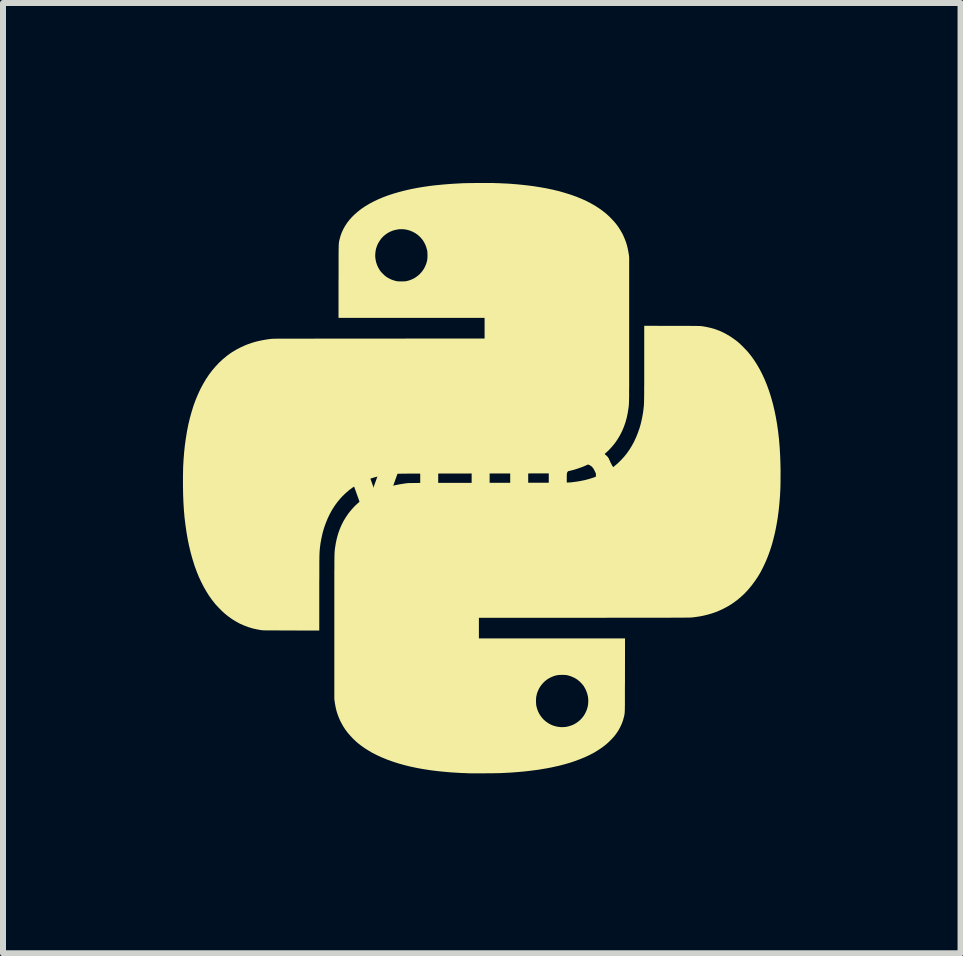
<source format=kicad_pcb>
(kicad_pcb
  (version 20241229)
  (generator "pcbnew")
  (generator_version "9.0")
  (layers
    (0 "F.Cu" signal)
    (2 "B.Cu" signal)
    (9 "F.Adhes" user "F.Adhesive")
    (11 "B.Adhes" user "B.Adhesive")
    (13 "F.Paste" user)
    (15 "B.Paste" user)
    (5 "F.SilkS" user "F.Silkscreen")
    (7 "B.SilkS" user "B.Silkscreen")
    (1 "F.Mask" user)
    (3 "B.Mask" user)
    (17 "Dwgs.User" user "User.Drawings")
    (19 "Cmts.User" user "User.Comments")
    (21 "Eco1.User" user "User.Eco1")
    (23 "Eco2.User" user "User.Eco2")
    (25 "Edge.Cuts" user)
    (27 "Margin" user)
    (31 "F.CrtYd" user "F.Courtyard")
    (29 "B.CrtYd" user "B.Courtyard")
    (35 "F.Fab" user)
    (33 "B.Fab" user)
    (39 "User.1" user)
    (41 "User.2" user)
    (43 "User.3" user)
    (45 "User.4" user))
  (footprint "python"
    (layer "F.Cu")
    (at 4.962 4.842)
    (property "Reference" "python" (at 0 0 0) (layer "F.SilkS") (effects (font (size 1.5 1.5) (thickness 0.3))))
    (attr board_only exclude_from_pos_files exclude_from_bom)
    (fp_poly (pts (xy -3.154 2.618) (xy -3.212 2.618) (xy -3.265 2.618) (xy -3.314 2.618) (xy -3.358 2.617) (xy -3.398 2.617) (xy -3.434 2.617) (xy -3.466 2.617) (xy -3.495 2.617) (xy -3.52 2.617) (xy -3.542 2.617) (xy -3.561 2.616) (xy -3.578 2.616) (xy -3.593 2.616) (xy -3.605 2.615) (xy -3.615 2.615) (xy -3.624 2.615) (xy -3.632 2.614) (xy -3.638 2.614) (xy -3.643 2.613) (xy -3.648 2.613) (xy -3.651 2.613) (xy -3.727 2.6) (xy -3.802 2.583) (xy -3.874 2.561) (xy -3.943 2.535) (xy -4.012 2.505) (xy -4.078 2.469) (xy -4.143 2.429) (xy -4.207 2.383) (xy -4.259 2.342) (xy -4.271 2.331) (xy -4.287 2.317) (xy -4.304 2.301) (xy -4.323 2.283) (xy -4.342 2.263) (xy -4.361 2.244) (xy -4.38 2.224) (xy -4.397 2.206) (xy -4.412 2.19) (xy -4.424 2.176) (xy -4.425 2.175) (xy -4.478 2.108) (xy -4.528 2.038) (xy -4.574 1.964) (xy -4.618 1.888) (xy -4.659 1.807) (xy -4.698 1.723) (xy -4.734 1.634) (xy -4.768 1.541) (xy -4.774 1.521) (xy -4.806 1.419) (xy -4.835 1.313) (xy -4.861 1.204) (xy -4.884 1.092) (xy -4.904 0.975) (xy -4.921 0.855) (xy -4.936 0.732) (xy -4.947 0.604) (xy -4.955 0.472) (xy -4.96 0.336) (xy -4.962 0.196) (xy -4.962 0.082) (xy -4.962 0.042) (xy -4.961 0.007) (xy -4.961 -0.024) (xy -4.96 -0.053) (xy -4.96 -0.079) (xy -4.959 -0.104) (xy -4.958 -0.128) (xy -4.957 -0.152) (xy -4.955 -0.177) (xy -4.954 -0.203) (xy -4.953 -0.219) (xy -4.943 -0.347) (xy -4.93 -0.471) (xy -4.913 -0.591) (xy -4.894 -0.707) (xy -4.872 -0.818) (xy -4.846 -0.926) (xy -4.817 -1.03) (xy -4.786 -1.13) (xy -4.751 -1.226) (xy -4.713 -1.317) (xy -4.672 -1.405) (xy -4.628 -1.488) (xy -4.581 -1.568) (xy -4.531 -1.643) (xy -4.478 -1.714) (xy -4.422 -1.78) (xy -4.363 -1.843) (xy -4.301 -1.901) (xy -4.236 -1.955) (xy -4.213 -1.973) (xy -4.163 -2.009) (xy -4.112 -2.041) (xy -4.058 -2.072) (xy -4.006 -2.099) (xy -3.943 -2.128) (xy -3.88 -2.154) (xy -3.816 -2.176) (xy -3.749 -2.196) (xy -3.681 -2.212) (xy -3.609 -2.226) (xy -3.534 -2.238) (xy -3.49 -2.243) (xy -3.487 -2.243) (xy -3.484 -2.243) (xy -3.481 -2.244) (xy -3.476 -2.244) (xy -3.471 -2.244) (xy -3.466 -2.244) (xy -3.459 -2.245) (xy -3.451 -2.245) (xy -3.442 -2.245) (xy -3.432 -2.245) (xy -3.421 -2.245) (xy -3.407 -2.246) (xy -3.393 -2.246) (xy -3.376 -2.246) (xy -3.358 -2.246) (xy -3.338 -2.246) (xy -3.315 -2.246) (xy -3.291 -2.246) (xy -3.264 -2.247) (xy -3.234 -2.247) (xy -3.202 -2.247) (xy -3.167 -2.247) (xy -3.13 -2.247) (xy -3.089 -2.247) (xy -3.046 -2.247) (xy -2.999 -2.247) (xy -2.949 -2.247) (xy -2.896 -2.247) (xy -2.839 -2.247) (xy -2.779 -2.247) (xy -2.714 -2.248) (xy -2.646 -2.248) (xy -2.574 -2.248) (xy -2.498 -2.248) (xy -2.417 -2.248) (xy -2.332 -2.248) (xy -2.243 -2.248) (xy -2.149 -2.248) (xy -2.051 -2.248) (xy -1.947 -2.248) (xy -1.839 -2.248) (xy -1.726 -2.248) (xy -1.691 -2.248) (xy 0.066 -2.249) (xy 0.066 -2.421) (xy 0.066 -2.593) (xy -1.152 -2.593) (xy -2.369 -2.593) (xy -2.369 -3.204) (xy -2.368 -3.271) (xy -2.368 -3.333) (xy -2.368 -3.391) (xy -2.368 -3.444) (xy -2.368 -3.492) (xy -2.368 -3.537) (xy -2.368 -3.577) (xy -2.368 -3.614) (xy -2.368 -3.647) (xy -2.368 -3.677) (xy -2.367 -3.704) (xy -2.367 -3.728) (xy -2.367 -3.749) (xy -2.366 -3.768) (xy -2.366 -3.785) (xy -2.366 -3.799) (xy -2.365 -3.812) (xy -2.364 -3.823) (xy -2.364 -3.833) (xy -2.363 -3.841) (xy -2.362 -3.849) (xy -2.361 -3.856) (xy -2.36 -3.862) (xy -2.359 -3.868) (xy -2.358 -3.874) (xy -2.357 -3.88) (xy -2.355 -3.886) (xy -2.354 -3.893) (xy -2.352 -3.899) (xy -2.337 -3.956) (xy -2.317 -4.012) (xy -2.292 -4.067) (xy -2.263 -4.12) (xy -2.229 -4.172) (xy -2.212 -4.195) (xy -2.181 -4.234) (xy -2.145 -4.274) (xy -2.106 -4.313) (xy -2.064 -4.35) (xy -2.02 -4.386) (xy -1.986 -4.412) (xy -1.924 -4.454) (xy -1.857 -4.494) (xy -1.786 -4.532) (xy -1.71 -4.568) (xy -1.63 -4.602) (xy -1.545 -4.634) (xy -1.457 -4.663) (xy -1.364 -4.69) (xy -1.268 -4.715) (xy -1.168 -4.738) (xy -1.152 -4.741) (xy -1.077 -4.756) (xy -1.003 -4.769) (xy -0.927 -4.781) (xy -0.849 -4.792) (xy -0.77 -4.802) (xy -0.687 -4.81) (xy -0.602 -4.818) (xy -0.514 -4.825) (xy -0.421 -4.831) (xy -0.324 -4.836) (xy -0.294 -4.838) (xy -0.283 -4.838) (xy -0.267 -4.838) (xy -0.247 -4.839) (xy -0.224 -4.839) (xy -0.197 -4.84) (xy -0.168 -4.84) (xy -0.137 -4.84) (xy -0.105 -4.841) (xy -0.072 -4.841) (xy -0.038 -4.841) (xy -0.004 -4.841) (xy 0.03 -4.841) (xy 0.062 -4.842) (xy 0.093 -4.842) (xy 0.122 -4.842) (xy 0.148 -4.842) (xy 0.17 -4.842) (xy 0.19 -4.842) (xy 0.205 -4.841) (xy 0.215 -4.841) (xy 0.216 -4.841) (xy 0.264 -4.839) (xy 0.308 -4.838) (xy 0.349 -4.836) (xy 0.386 -4.834) (xy 0.42 -4.833) (xy 0.453 -4.831) (xy 0.485 -4.829) (xy 0.516 -4.827) (xy 0.547 -4.824) (xy 0.579 -4.822) (xy 0.612 -4.819) (xy 0.624 -4.818) (xy 0.749 -4.805) (xy 0.87 -4.79) (xy 0.986 -4.772) (xy 1.099 -4.752) (xy 1.207 -4.729) (xy 1.311 -4.704) (xy 1.411 -4.675) (xy 1.507 -4.645) (xy 1.599 -4.612) (xy 1.686 -4.576) (xy 1.769 -4.538) (xy 1.847 -4.497) (xy 1.921 -4.454) (xy 1.958 -4.43) (xy 2 -4.402) (xy 2.037 -4.374) (xy 2.073 -4.346) (xy 2.107 -4.317) (xy 2.141 -4.286) (xy 2.165 -4.262) (xy 2.212 -4.213) (xy 2.255 -4.163) (xy 2.293 -4.112) (xy 2.327 -4.059) (xy 2.359 -4.004) (xy 2.375 -3.972) (xy 2.399 -3.917) (xy 2.42 -3.863) (xy 2.438 -3.807) (xy 2.452 -3.749) (xy 2.464 -3.688) (xy 2.47 -3.648) (xy 2.471 -3.645) (xy -0.886 -3.645) (xy -0.887 -3.669) (xy -0.888 -3.691) (xy -0.89 -3.711) (xy -0.892 -3.72) (xy -0.905 -3.767) (xy -0.921 -3.811) (xy -0.942 -3.852) (xy -0.966 -3.891) (xy -0.996 -3.927) (xy -1.015 -3.947) (xy -1.05 -3.978) (xy -1.088 -4.005) (xy -1.129 -4.027) (xy -1.171 -4.045) (xy -1.215 -4.059) (xy -1.261 -4.068) (xy -1.307 -4.072) (xy -1.353 -4.071) (xy -1.377 -4.068) (xy -1.424 -4.059) (xy -1.469 -4.046) (xy -1.512 -4.028) (xy -1.552 -4.006) (xy -1.589 -3.98) (xy -1.624 -3.95) (xy -1.655 -3.917) (xy -1.682 -3.88) (xy -1.706 -3.841) (xy -1.726 -3.799) (xy -1.741 -3.754) (xy -1.743 -3.749) (xy -1.752 -3.703) (xy -1.757 -3.656) (xy -1.757 -3.609) (xy -1.751 -3.563) (xy -1.741 -3.517) (xy -1.726 -3.473) (xy -1.706 -3.43) (xy -1.682 -3.389) (xy -1.674 -3.378) (xy -1.663 -3.363) (xy -1.648 -3.347) (xy -1.632 -3.33) (xy -1.614 -3.313) (xy -1.597 -3.297) (xy -1.581 -3.284) (xy -1.575 -3.279) (xy -1.539 -3.257) (xy -1.5 -3.237) (xy -1.458 -3.221) (xy -1.415 -3.208) (xy -1.407 -3.207) (xy -1.398 -3.205) (xy -1.389 -3.203) (xy -1.38 -3.202) (xy -1.369 -3.202) (xy -1.356 -3.201) (xy -1.339 -3.201) (xy -1.321 -3.201) (xy -1.296 -3.201) (xy -1.275 -3.202) (xy -1.257 -3.203) (xy -1.241 -3.205) (xy -1.225 -3.209) (xy -1.208 -3.213) (xy -1.189 -3.219) (xy -1.184 -3.22) (xy -1.141 -3.237) (xy -1.1 -3.258) (xy -1.062 -3.284) (xy -1.026 -3.313) (xy -0.994 -3.346) (xy -0.966 -3.381) (xy -0.941 -3.42) (xy -0.921 -3.461) (xy -0.904 -3.505) (xy -0.892 -3.55) (xy -0.891 -3.558) (xy -0.888 -3.575) (xy -0.887 -3.597) (xy -0.886 -3.62) (xy -0.886 -3.645) (xy 2.471 -3.645) (xy 2.476 -3.604) (xy 2.476 -2.401) (xy 2.476 -2.306) (xy 2.476 -2.216) (xy 2.476 -2.131) (xy 2.476 -2.051) (xy 2.476 -1.975) (xy 2.476 -1.904) (xy 2.476 -1.837) (xy 2.476 -1.774) (xy 2.476 -1.715) (xy 2.476 -1.66) (xy 2.476 -1.609) (xy 2.476 -1.561) (xy 2.476 -1.517) (xy 2.476 -1.476) (xy 2.476 -1.439) (xy 2.475 -1.404) (xy 2.475 -1.372) (xy 2.475 -1.343) (xy 2.475 -1.316) (xy 2.475 -1.292) (xy 2.475 -1.27) (xy 2.474 -1.25) (xy 2.474 -1.232) (xy 2.474 -1.215) (xy 2.473 -1.201) (xy 2.473 -1.188) (xy 2.472 -1.176) (xy 2.472 -1.165) (xy 2.472 -1.156) (xy 2.471 -1.147) (xy 2.47 -1.14) (xy 2.47 -1.132) (xy 2.469 -1.126) (xy 2.468 -1.119) (xy 2.468 -1.113) (xy 2.467 -1.107) (xy 2.466 -1.1) (xy 2.465 -1.094) (xy 2.464 -1.087) (xy 2.464 -1.085) (xy 2.451 -1.003) (xy 2.434 -0.924) (xy 2.413 -0.848) (xy 2.387 -0.775) (xy 2.357 -0.704) (xy 2.323 -0.637) (xy 2.284 -0.572) (xy 2.242 -0.51) (xy 2.195 -0.452) (xy 2.145 -0.397) (xy 2.127 -0.379) (xy 2.081 -0.337) (xy 2.034 -0.298) (xy 1.986 -0.261) (xy 1.934 -0.228) (xy 1.88 -0.196) (xy 1.821 -0.165) (xy 1.815 -0.161) (xy 1.747 -0.13) (xy 1.679 -0.102) (xy 1.609 -0.078) (xy 1.537 -0.056) (xy 1.463 -0.038) (xy 1.386 -0.023) (xy 1.305 -0.011) (xy 1.256 -0.005) (xy 1.253 -0.004) (xy 1.249 -0.004) (xy 1.245 -0.004) (xy 1.24 -0.003) (xy 1.233 -0.003) (xy 1.226 -0.003) (xy 1.218 -0.003) (xy 1.208 -0.002) (xy 1.196 -0.002) (xy 1.183 -0.002) (xy 1.169 -0.002) (xy 1.152 -0.002) (xy 1.133 -0.001) (xy 1.112 -0.001) (xy 1.089 -0.001) (xy 1.063 -0.001) (xy 1.035 -0.001) (xy 1.004 -0.001) (xy 0.97 -0.001) (xy 0.933 -0.000381) (xy 0.893 -0.000261) (xy 0.85 -0.000145) (xy 0.803 -0.000032) (xy 0.753 0.000078) (xy 0.699 0.000185) (xy 0.641 0.000291) (xy 0.579 0.000396) (xy 0.513 0.001) (xy 0.443 0.001) (xy 0.369 0.001) (xy 0.29 0.001) (xy 0.206 0.001) (xy 0.118 0.001) (xy 0.025 0.001) (xy -0.074 0.001) (xy -0.089 0.001) (xy -0.189 0.001) (xy -0.283 0.002) (xy -0.372 0.002) (xy -0.457 0.002) (xy -0.537 0.002) (xy -0.612 0.002) (xy -0.684 0.002) (xy -0.75 0.002) (xy -0.813 0.002) (xy -0.872 0.002) (xy -0.927 0.002) (xy -0.979 0.002) (xy -1.027 0.003) (xy -1.071 0.003) (xy -1.113 0.003) (xy -1.151 0.003) (xy -1.186 0.003) (xy -1.219 0.003) (xy -1.249 0.004) (xy -1.276 0.004) (xy -1.301 0.004) (xy -1.324 0.004) (xy -1.344 0.005) (xy -1.363 0.005) (xy -1.38 0.005) (xy -1.395 0.006) (xy -1.409 0.006) (xy -1.421 0.006) (xy -1.432 0.007) (xy -1.442 0.007) (xy -1.451 0.008) (xy -1.459 0.008) (xy -1.467 0.009) (xy -1.474 0.01) (xy -1.48 0.01) (xy -1.487 0.011) (xy -1.493 0.012) (xy -1.499 0.012) (xy -1.506 0.013) (xy -1.512 0.014) (xy -1.52 0.015) (xy -1.524 0.016) (xy -1.611 0.029) (xy -1.695 0.046) (xy -1.776 0.067) (xy -1.853 0.092) (xy -1.927 0.121) (xy -1.998 0.154) (xy -2.065 0.191) (xy -2.13 0.232) (xy -2.191 0.277) (xy -2.249 0.327) (xy -2.304 0.38) (xy -2.343 0.423) (xy -2.392 0.482) (xy -2.438 0.546) (xy -2.48 0.613) (xy -2.518 0.683) (xy -2.553 0.757) (xy -2.584 0.834) (xy -2.612 0.914) (xy -2.635 0.996) (xy -2.654 1.081) (xy -2.67 1.168) (xy -2.679 1.24) (xy -2.68 1.25) (xy -2.681 1.26) (xy -2.682 1.27) (xy -2.683 1.28) (xy -2.684 1.29) (xy -2.684 1.301) (xy -2.685 1.313) (xy -2.686 1.326) (xy -2.686 1.34) (xy -2.687 1.356) (xy -2.687 1.373) (xy -2.688 1.392) (xy -2.688 1.414) (xy -2.688 1.437) (xy -2.689 1.464) (xy -2.689 1.493) (xy -2.689 1.525) (xy -2.689 1.56) (xy -2.689 1.599) (xy -2.689 1.641) (xy -2.689 1.687) (xy -2.689 1.737) (xy -2.69 1.792) (xy -2.69 1.851) (xy -2.69 1.915) (xy -2.69 1.984) (xy -2.69 2.001) (xy -2.69 2.619)) (stroke (width 0) (type solid)) (fill yes) (layer "F.SilkS"))
    (fp_poly (pts (xy 3.191 -2.46) (xy 3.249 -2.46) (xy 3.303 -2.46) (xy 3.351 -2.46) (xy 3.395 -2.46) (xy 3.435 -2.46) (xy 3.471 -2.46) (xy 3.503 -2.459) (xy 3.532 -2.459) (xy 3.557 -2.459) (xy 3.579 -2.459) (xy 3.599 -2.459) (xy 3.615 -2.458) (xy 3.63 -2.458) (xy 3.642 -2.458) (xy 3.653 -2.458) (xy 3.661 -2.457) (xy 3.669 -2.457) (xy 3.675 -2.456) (xy 3.681 -2.456) (xy 3.685 -2.455) (xy 3.688 -2.455) (xy 3.764 -2.442) (xy 3.839 -2.425) (xy 3.911 -2.404) (xy 3.981 -2.378) (xy 4.049 -2.347) (xy 4.115 -2.311) (xy 4.18 -2.271) (xy 4.244 -2.226) (xy 4.296 -2.185) (xy 4.308 -2.174) (xy 4.324 -2.16) (xy 4.341 -2.143) (xy 4.36 -2.125) (xy 4.379 -2.106) (xy 4.398 -2.086) (xy 4.417 -2.067) (xy 4.434 -2.049) (xy 4.449 -2.032) (xy 4.461 -2.019) (xy 4.462 -2.017) (xy 4.515 -1.95) (xy 4.565 -1.88) (xy 4.611 -1.807) (xy 4.655 -1.73) (xy 4.696 -1.65) (xy 4.735 -1.565) (xy 4.771 -1.477) (xy 4.805 -1.384) (xy 4.812 -1.363) (xy 4.844 -1.261) (xy 4.873 -1.156) (xy 4.899 -1.047) (xy 4.922 -0.934) (xy 4.942 -0.818) (xy 4.959 -0.698) (xy 4.973 -0.574) (xy 4.984 -0.446) (xy 4.992 -0.315) (xy 4.997 -0.179) (xy 5 -0.039) (xy 4.999 0.076) (xy 4.999 0.115) (xy 4.999 0.15) (xy 4.998 0.182) (xy 4.998 0.21) (xy 4.997 0.237) (xy 4.996 0.261) (xy 4.995 0.285) (xy 4.994 0.31) (xy 4.992 0.334) (xy 4.991 0.361) (xy 4.99 0.376) (xy 4.98 0.504) (xy 4.967 0.628) (xy 4.951 0.748) (xy 4.931 0.864) (xy 4.909 0.976) (xy 4.883 1.084) (xy 4.855 1.188) (xy 4.823 1.288) (xy 4.788 1.383) (xy 4.75 1.475) (xy 4.709 1.563) (xy 4.666 1.646) (xy 4.619 1.725) (xy 4.568 1.8) (xy 4.515 1.871) (xy 4.459 1.938) (xy 4.4 2.001) (xy 4.338 2.059) (xy 4.273 2.113) (xy 4.25 2.13) (xy 4.2 2.166) (xy 4.149 2.199) (xy 4.096 2.229) (xy 4.043 2.257) (xy 3.98 2.286) (xy 3.917 2.312) (xy 3.853 2.334) (xy 3.787 2.353) (xy 3.718 2.37) (xy 3.647 2.384) (xy 3.571 2.395) (xy 3.528 2.4) (xy 3.525 2.401) (xy 3.521 2.401) (xy 3.518 2.401) (xy 3.513 2.401) (xy 3.508 2.402) (xy 3.503 2.402) (xy 3.496 2.402) (xy 3.488 2.402) (xy 3.479 2.403) (xy 3.469 2.403) (xy 3.458 2.403) (xy 3.445 2.403) (xy 3.43 2.403) (xy 3.413 2.403) (xy 3.395 2.404) (xy 3.375 2.404) (xy 3.352 2.404) (xy 3.328 2.404) (xy 3.301 2.404) (xy 3.271 2.404) (xy 3.239 2.404) (xy 3.205 2.404) (xy 3.167 2.405) (xy 3.127 2.405) (xy 3.083 2.405) (xy 3.037 2.405) (xy 2.987 2.405) (xy 2.933 2.405) (xy 2.876 2.405) (xy 2.816 2.405) (xy 2.752 2.405) (xy 2.683 2.405) (xy 2.611 2.405) (xy 2.535 2.405) (xy 2.454 2.405) (xy 2.37 2.405) (xy 2.28 2.405) (xy 2.186 2.405) (xy 2.088 2.406) (xy 1.985 2.406) (xy 1.876 2.406) (xy 1.763 2.406) (xy 1.729 2.406) (xy -0.029 2.406) (xy -0.029 2.578) (xy -0.029 2.75) (xy 1.189 2.75) (xy 2.407 2.75) (xy 2.406 3.362) (xy 2.406 3.429) (xy 2.406 3.491) (xy 2.405 3.549) (xy 2.405 3.601) (xy 2.405 3.65) (xy 2.405 3.694) (xy 2.405 3.735) (xy 2.405 3.772) (xy 2.405 3.805) (xy 2.405 3.835) (xy 2.405 3.861) (xy 2.404 3.885) (xy 2.404 3.907) (xy 2.404 3.926) (xy 2.403 3.942) (xy 2.403 3.957) (xy 2.402 3.969) (xy 2.402 3.981) (xy 2.401 3.99) (xy 2.4 3.999) (xy 2.399 4.007) (xy 2.398 4.013) (xy 2.397 4.02) (xy 2.396 4.026) (xy 2.395 4.032) (xy 2.394 4.037) (xy 2.392 4.044) (xy 2.391 4.05) (xy 2.389 4.057) (xy 2.374 4.113) (xy 2.354 4.169) (xy 2.329 4.224) (xy 2.3 4.278) (xy 2.266 4.33) (xy 2.249 4.353) (xy 2.218 4.392) (xy 2.182 4.431) (xy 2.143 4.47) (xy 2.101 4.508) (xy 2.057 4.544) (xy 2.024 4.569) (xy 1.961 4.611) (xy 1.895 4.652) (xy 1.823 4.69) (xy 1.747 4.726) (xy 1.667 4.759) (xy 1.583 4.791) (xy 1.494 4.821) (xy 1.401 4.848) (xy 1.305 4.873) (xy 1.205 4.895) (xy 1.189 4.899) (xy 1.115 4.913) (xy 1.04 4.926) (xy 0.964 4.939) (xy 0.886 4.949) (xy 0.807 4.959) (xy 0.725 4.968) (xy 0.639 4.976) (xy 0.551 4.983) (xy 0.458 4.989) (xy 0.361 4.994) (xy 0.331 4.995) (xy 0.32 4.996) (xy 0.304 4.996) (xy 0.284 4.996) (xy 0.261 4.997) (xy 0.235 4.997) (xy 0.206 4.998) (xy 0.175 4.998) (xy 0.142 4.998) (xy 0.109 4.998) (xy 0.075 4.999) (xy 0.041 4.999) (xy 0.007 4.999) (xy -0.025 4.999) (xy -0.056 4.999) (xy -0.084 4.999) (xy -0.11 4.999) (xy -0.133 4.999) (xy -0.153 4.999) (xy -0.168 4.999) (xy -0.178 4.999) (xy -0.178 4.999) (xy -0.227 4.997) (xy -0.271 4.995) (xy -0.312 4.994) (xy -0.349 4.992) (xy -0.383 4.99) (xy -0.416 4.988) (xy -0.448 4.986) (xy -0.479 4.984) (xy -0.51 4.982) (xy -0.542 4.979) (xy -0.575 4.976) (xy -0.587 4.975) (xy -0.712 4.963) (xy -0.832 4.948) (xy -0.949 4.93) (xy -1.061 4.91) (xy -1.17 4.887) (xy -1.274 4.861) (xy -1.374 4.833) (xy -1.47 4.802) (xy -1.561 4.769) (xy -1.649 4.733) (xy -1.731 4.695) (xy -1.81 4.655) (xy -1.883 4.611) (xy -1.921 4.588) (xy -1.962 4.559) (xy -2 4.532) (xy -2.036 4.504) (xy -2.07 4.475) (xy -2.103 4.444) (xy -2.128 4.42) (xy -2.175 4.37) (xy -2.218 4.32) (xy -2.256 4.269) (xy -2.29 4.217) (xy -2.321 4.161) (xy -2.338 4.129) (xy -2.362 4.075) (xy -2.383 4.02) (xy -2.401 3.964) (xy -2.415 3.907) (xy -2.427 3.845) (xy -2.433 3.805) (xy -2.433 3.802) (xy 0.923 3.802) (xy 0.924 3.826) (xy 0.925 3.849) (xy 0.928 3.868) (xy 0.929 3.877) (xy 0.942 3.925) (xy 0.958 3.969) (xy 0.979 4.01) (xy 1.004 4.048) (xy 1.033 4.084) (xy 1.052 4.105) (xy 1.087 4.135) (xy 1.125 4.162) (xy 1.166 4.185) (xy 1.208 4.203) (xy 1.253 4.216) (xy 1.298 4.225) (xy 1.344 4.229) (xy 1.391 4.228) (xy 1.415 4.226) (xy 1.461 4.217) (xy 1.506 4.203) (xy 1.549 4.186) (xy 1.589 4.163) (xy 1.626 4.137) (xy 1.661 4.108) (xy 1.692 4.074) (xy 1.72 4.038) (xy 1.743 3.999) (xy 1.763 3.956) (xy 1.778 3.912) (xy 1.78 3.906) (xy 1.79 3.86) (xy 1.794 3.813) (xy 1.794 3.767) (xy 1.789 3.721) (xy 1.778 3.675) (xy 1.763 3.631) (xy 1.743 3.587) (xy 1.719 3.546) (xy 1.711 3.535) (xy 1.7 3.521) (xy 1.686 3.505) (xy 1.669 3.487) (xy 1.652 3.47) (xy 1.634 3.455) (xy 1.618 3.442) (xy 1.612 3.437) (xy 1.576 3.414) (xy 1.537 3.395) (xy 1.495 3.378) (xy 1.452 3.366) (xy 1.445 3.364) (xy 1.435 3.362) (xy 1.426 3.361) (xy 1.417 3.36) (xy 1.406 3.359) (xy 1.393 3.359) (xy 1.376 3.358) (xy 1.358 3.358) (xy 1.333 3.359) (xy 1.312 3.359) (xy 1.294 3.361) (xy 1.278 3.363) (xy 1.262 3.366) (xy 1.245 3.371) (xy 1.226 3.376) (xy 1.221 3.378) (xy 1.178 3.395) (xy 1.137 3.416) (xy 1.099 3.441) (xy 1.064 3.47) (xy 1.032 3.503) (xy 1.003 3.539) (xy 0.978 3.578) (xy 0.958 3.619) (xy 0.941 3.662) (xy 0.93 3.708) (xy 0.928 3.715) (xy 0.926 3.733) (xy 0.924 3.754) (xy 0.923 3.778) (xy 0.923 3.802) (xy -2.433 3.802) (xy -2.439 3.762) (xy -2.439 2.559) (xy -2.439 2.464) (xy -2.439 2.374) (xy -2.439 2.289) (xy -2.439 2.208) (xy -2.439 2.132) (xy -2.439 2.061) (xy -2.439 1.994) (xy -2.439 1.931) (xy -2.439 1.873) (xy -2.439 1.818) (xy -2.439 1.767) (xy -2.439 1.719) (xy -2.439 1.675) (xy -2.439 1.634) (xy -2.438 1.596) (xy -2.438 1.561) (xy -2.438 1.53) (xy -2.438 1.5) (xy -2.438 1.474) (xy -2.438 1.449) (xy -2.437 1.427) (xy -2.437 1.407) (xy -2.437 1.389) (xy -2.436 1.373) (xy -2.436 1.358) (xy -2.436 1.345) (xy -2.435 1.334) (xy -2.435 1.323) (xy -2.434 1.314) (xy -2.434 1.305) (xy -2.433 1.297) (xy -2.433 1.29) (xy -2.432 1.283) (xy -2.431 1.277) (xy -2.431 1.271) (xy -2.43 1.264) (xy -2.429 1.258) (xy -2.428 1.251) (xy -2.427 1.244) (xy -2.427 1.242) (xy -2.414 1.161) (xy -2.397 1.082) (xy -2.376 1.006) (xy -2.35 0.932) (xy -2.32 0.862) (xy -2.286 0.794) (xy -2.247 0.73) (xy -2.205 0.668) (xy -2.158 0.61) (xy -2.108 0.554) (xy -2.09 0.536) (xy -2.044 0.494) (xy -1.997 0.455) (xy -1.948 0.419) (xy -1.897 0.385) (xy -1.843 0.353) (xy -1.784 0.322) (xy -1.777 0.319) (xy -1.71 0.288) (xy -1.642 0.26) (xy -1.572 0.235) (xy -1.5 0.214) (xy -1.426 0.196) (xy -1.349 0.181) (xy -1.268 0.168) (xy -1.219 0.162) (xy -1.216 0.162) (xy -1.212 0.161) (xy -1.208 0.161) (xy -1.202 0.161) (xy -1.196 0.161) (xy -1.189 0.16) (xy -1.181 0.16) (xy -1.171 0.16) (xy -1.159 0.16) (xy -1.146 0.16) (xy -1.131 0.159) (xy -1.115 0.159) (xy -1.096 0.159) (xy -1.075 0.159) (xy -1.052 0.159) (xy -1.026 0.158) (xy -0.998 0.158) (xy -0.967 0.158) (xy -0.933 0.158) (xy -0.896 0.158) (xy -0.856 0.158) (xy -0.813 0.158) (xy -0.766 0.158) (xy -0.716 0.157) (xy -0.662 0.157) (xy -0.604 0.157) (xy -0.542 0.157) (xy -0.476 0.157) (xy -0.406 0.157) (xy -0.332 0.157) (xy -0.253 0.157) (xy -0.169 0.157) (xy -0.081 0.157) (xy 0.012 0.156) (xy 0.111 0.156) (xy 0.126 0.156) (xy 0.226 0.156) (xy 0.32 0.156) (xy 0.409 0.156) (xy 0.494 0.156) (xy 0.574 0.156) (xy 0.65 0.156) (xy 0.721 0.156) (xy 0.788 0.155) (xy 0.85 0.155) (xy 0.909 0.155) (xy 0.964 0.155) (xy 1.016 0.155) (xy 1.064 0.155) (xy 1.108 0.155) (xy 1.15 0.155) (xy 1.188 0.155) (xy 1.223 0.154) (xy 1.256 0.154) (xy 1.286 0.154) (xy 1.313 0.154) (xy 1.338 0.154) (xy 1.361 0.153) (xy 1.382 0.153) (xy 1.4 0.153) (xy 1.417 0.152) (xy 1.432 0.152) (xy 1.446 0.152) (xy 1.458 0.151) (xy 1.469 0.151) (xy 1.479 0.15) (xy 1.488 0.15) (xy 1.497 0.149) (xy 1.504 0.149) (xy 1.511 0.148) (xy 1.518 0.147) (xy 1.524 0.147) (xy 1.53 0.146) (xy 1.536 0.145) (xy 1.543 0.144) (xy 1.55 0.143) (xy 1.557 0.142) (xy 1.561 0.142) (xy 1.649 0.129) (xy 1.732 0.112) (xy 1.813 0.091) (xy 1.89 0.066) (xy 1.964 0.037) (xy 2.035 0.004) (xy 2.102 -0.033) (xy 2.167 -0.075) (xy 2.228 -0.12) (xy 2.286 -0.169) (xy 2.341 -0.223) (xy 2.38 -0.265) (xy 2.43 -0.325) (xy 2.475 -0.388) (xy 2.517 -0.455) (xy 2.556 -0.526) (xy 2.59 -0.599) (xy 2.621 -0.676) (xy 2.649 -0.756) (xy 2.672 -0.838) (xy 2.691 -0.923) (xy 2.707 -1.011) (xy 2.716 -1.082) (xy 2.717 -1.092) (xy 2.718 -1.102) (xy 2.719 -1.112) (xy 2.72 -1.122) (xy 2.721 -1.132) (xy 2.722 -1.144) (xy 2.722 -1.155) (xy 2.723 -1.168) (xy 2.724 -1.182) (xy 2.724 -1.198) (xy 2.724 -1.215) (xy 2.725 -1.235) (xy 2.725 -1.256) (xy 2.725 -1.28) (xy 2.726 -1.306) (xy 2.726 -1.335) (xy 2.726 -1.367) (xy 2.726 -1.402) (xy 2.726 -1.441) (xy 2.727 -1.483) (xy 2.727 -1.53) (xy 2.727 -1.58) (xy 2.727 -1.634) (xy 2.727 -1.694) (xy 2.727 -1.757) (xy 2.727 -1.826) (xy 2.727 -1.843) (xy 2.727 -2.461)) (stroke (width 0) (type solid)) (fill yes) (layer "F.SilkS")))
  (gr_rect
    (start -3 -3)
    (end 12.962 12.841)
    (stroke (width 0.1) (type default))
    (fill no)
    (layer "Edge.Cuts")))
</source>
